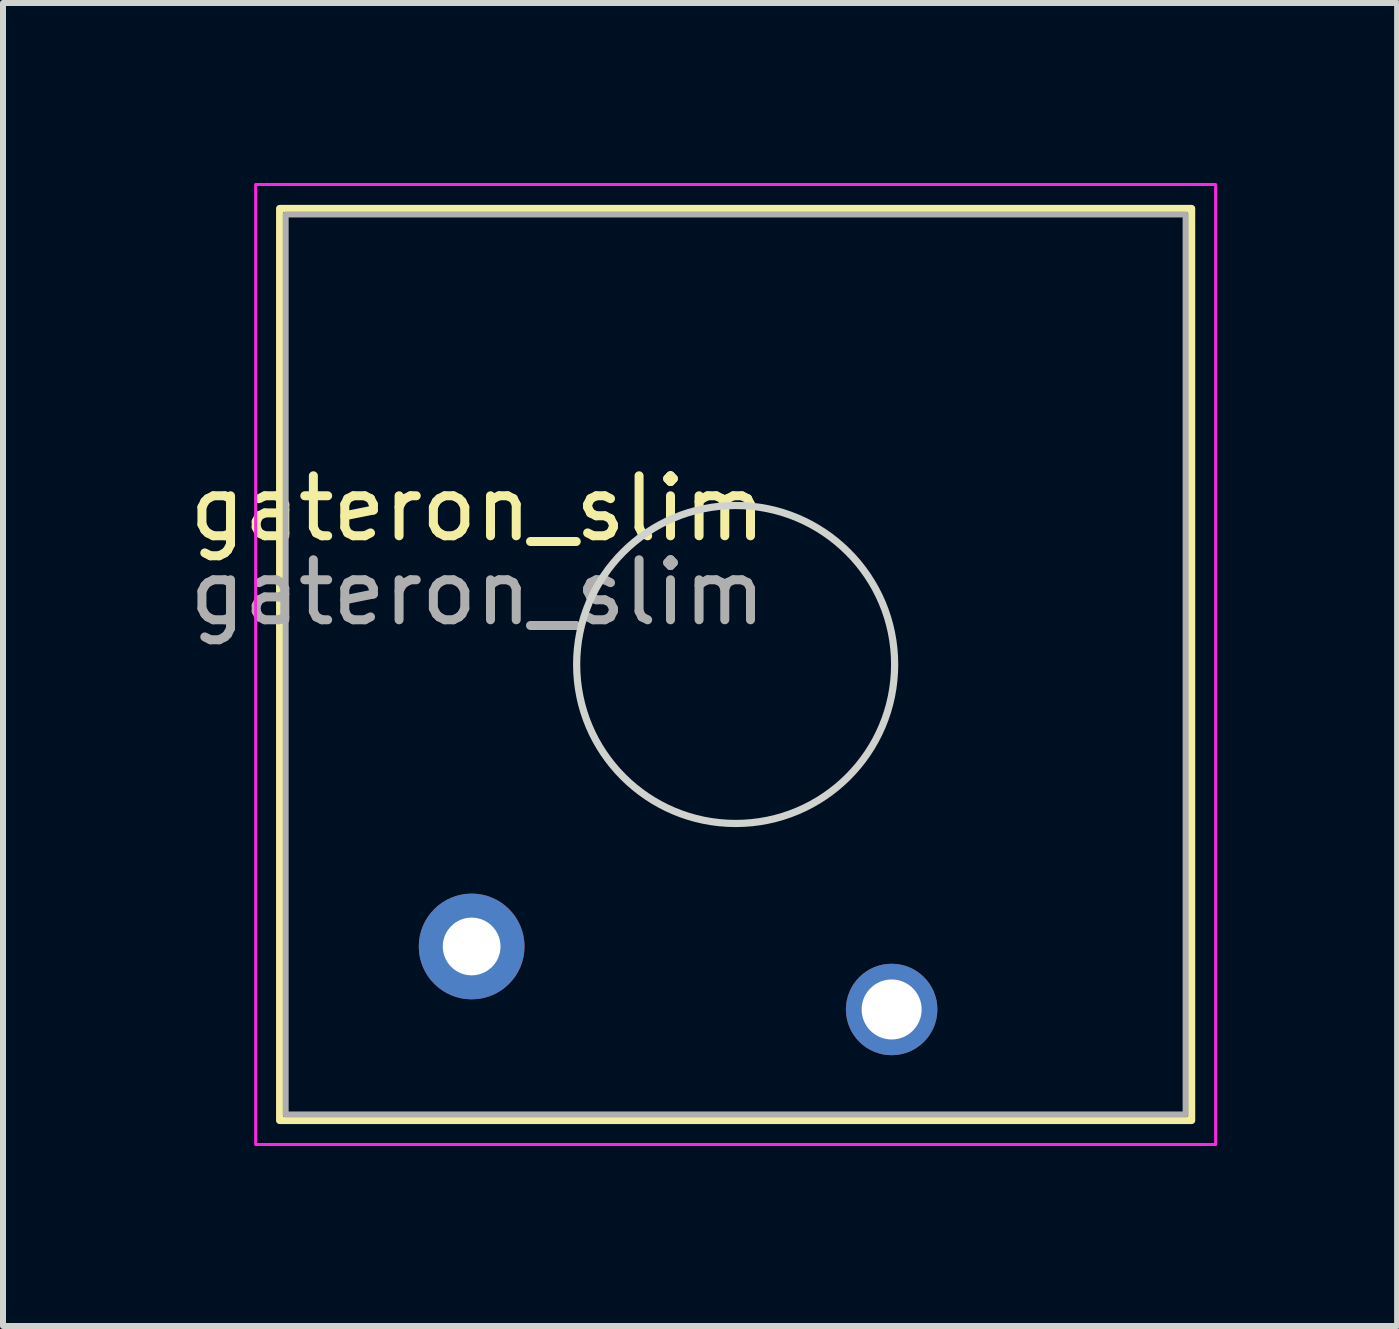
<source format=kicad_pcb>
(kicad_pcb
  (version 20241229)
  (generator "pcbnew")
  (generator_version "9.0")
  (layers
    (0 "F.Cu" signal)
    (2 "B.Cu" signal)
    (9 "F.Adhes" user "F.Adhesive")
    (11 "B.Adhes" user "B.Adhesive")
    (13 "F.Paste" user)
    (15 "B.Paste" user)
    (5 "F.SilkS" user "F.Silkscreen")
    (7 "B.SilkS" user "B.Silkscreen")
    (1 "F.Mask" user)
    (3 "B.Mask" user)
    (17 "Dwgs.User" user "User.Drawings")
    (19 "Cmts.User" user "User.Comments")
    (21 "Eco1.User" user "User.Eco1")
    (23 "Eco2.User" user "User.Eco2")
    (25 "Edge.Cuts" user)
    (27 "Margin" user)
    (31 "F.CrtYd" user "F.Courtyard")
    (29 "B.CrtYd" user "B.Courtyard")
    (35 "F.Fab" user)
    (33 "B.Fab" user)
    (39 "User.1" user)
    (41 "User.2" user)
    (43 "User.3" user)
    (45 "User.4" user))
  (footprint "gateron_slim"
    (layer "F.Cu")
    (at 9.211 8.025)
    (property "Reference" "gateron_slim" (at -4.3 -2.6 0) (unlocked yes) (layer "F.SilkS") (effects (font (size 1 1) (thickness 0.15))))
    (attr through_hole)
    (fp_rect (start 7.6 7.6) (end -7.6 -7.6) (stroke (width 0.12) (type solid)) (fill no) (layer "F.SilkS"))
    (fp_circle (center 0 0) (end 2.65 0) (stroke (width 0.12) (type solid)) (fill no) (layer "Edge.Cuts"))
    (fp_rect (start 8 8) (end -8 -8) (stroke (width 0.05) (type solid)) (fill no) (layer "F.CrtYd"))
    (fp_rect (start 7.5 7.5) (end -7.5 -7.5) (stroke (width 0.1) (type solid)) (fill no) (layer "F.Fab"))
    (fp_text user "${REFERENCE}" (at -4.3 -1.2 0) (unlocked yes) (layer "F.Fab") (effects (font (size 1 1) (thickness 0.15))))
    (pad "1" thru_hole circle (at -4.4 4.7) (size 1.762 1.762) (drill 0.962) (layers "*.Cu" "*.Mask"))
    (pad "2" thru_hole circle (at 2.6 5.75) (size 1.524 1.524) (drill 1) (layers "*.Cu" "*.Mask")))
  (gr_rect
    (start -3 -3)
    (end 20.236 19.05)
    (stroke (width 0.1) (type default))
    (fill no)
    (layer "Edge.Cuts")))
</source>
